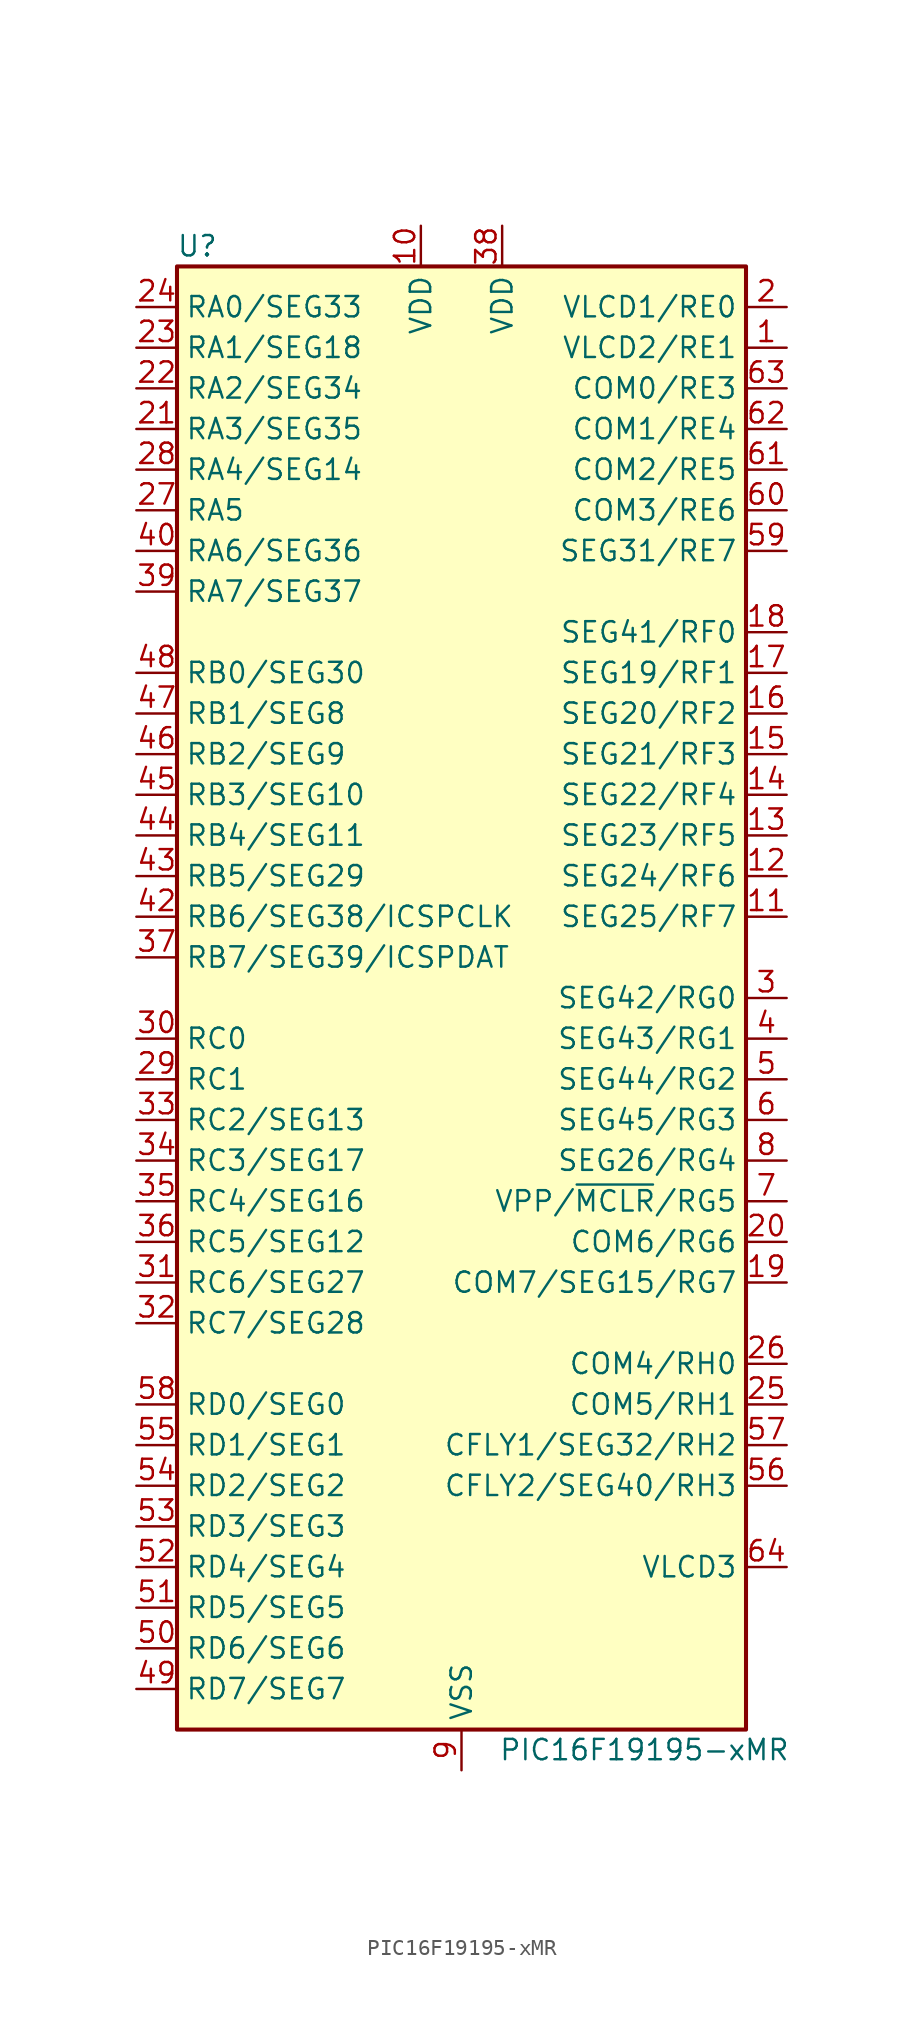
<source format=kicad_sym>
(kicad_symbol_lib
  (version 20211014)
  (generator kicad_symbol_editor)
  (symbol "PIC16F19195-xMR"
    (property "Reference" "U"
      (at -16.51 46.99 0)
      (effects (font (size 1.27 1.27))))
    (property "Value" "PIC16F19195-xMR"
      (at 11.43 -46.99 0)
      (effects (font (size 1.27 1.27))))
    (symbol "PIC16F19195-xMR_0_1"
      (rectangle (start -17.78 45.72) (end 17.78 -45.72) (stroke (width 0.254) (type default) (color 0 0 0 0)) (fill (type background))))
    (symbol "PIC16F19195-xMR_1_1"
      (pin bidirectional line (at 20.32 40.64 180) (length 2.54) (name "VLCD2/RE1" (effects (font (size 1.27 1.27)))) (number "1" (effects (font (size 1.27 1.27)))))
      (pin power_in line (at -2.54 48.26 270) (length 2.54) (name "VDD" (effects (font (size 1.27 1.27)))) (number "10" (effects (font (size 1.27 1.27)))))
      (pin bidirectional line (at 20.32 5.08 180) (length 2.54) (name "SEG25/RF7" (effects (font (size 1.27 1.27)))) (number "11" (effects (font (size 1.27 1.27)))))
      (pin bidirectional line (at 20.32 7.62 180) (length 2.54) (name "SEG24/RF6" (effects (font (size 1.27 1.27)))) (number "12" (effects (font (size 1.27 1.27)))))
      (pin bidirectional line (at 20.32 10.16 180) (length 2.54) (name "SEG23/RF5" (effects (font (size 1.27 1.27)))) (number "13" (effects (font (size 1.27 1.27)))))
      (pin bidirectional line (at 20.32 12.7 180) (length 2.54) (name "SEG22/RF4" (effects (font (size 1.27 1.27)))) (number "14" (effects (font (size 1.27 1.27)))))
      (pin bidirectional line (at 20.32 15.24 180) (length 2.54) (name "SEG21/RF3" (effects (font (size 1.27 1.27)))) (number "15" (effects (font (size 1.27 1.27)))))
      (pin bidirectional line (at 20.32 17.78 180) (length 2.54) (name "SEG20/RF2" (effects (font (size 1.27 1.27)))) (number "16" (effects (font (size 1.27 1.27)))))
      (pin bidirectional line (at 20.32 20.32 180) (length 2.54) (name "SEG19/RF1" (effects (font (size 1.27 1.27)))) (number "17" (effects (font (size 1.27 1.27)))))
      (pin bidirectional line (at 20.32 22.86 180) (length 2.54) (name "SEG41/RF0" (effects (font (size 1.27 1.27)))) (number "18" (effects (font (size 1.27 1.27)))))
      (pin bidirectional line (at 20.32 -17.78 180) (length 2.54) (name "COM7/SEG15/RG7" (effects (font (size 1.27 1.27)))) (number "19" (effects (font (size 1.27 1.27)))))
      (pin bidirectional line (at 20.32 43.18 180) (length 2.54) (name "VLCD1/RE0" (effects (font (size 1.27 1.27)))) (number "2" (effects (font (size 1.27 1.27)))))
      (pin bidirectional line (at 20.32 -15.24 180) (length 2.54) (name "COM6/RG6" (effects (font (size 1.27 1.27)))) (number "20" (effects (font (size 1.27 1.27)))))
      (pin bidirectional line (at -20.32 35.56 0) (length 2.54) (name "RA3/SEG35" (effects (font (size 1.27 1.27)))) (number "21" (effects (font (size 1.27 1.27)))))
      (pin bidirectional line (at -20.32 38.1 0) (length 2.54) (name "RA2/SEG34" (effects (font (size 1.27 1.27)))) (number "22" (effects (font (size 1.27 1.27)))))
      (pin bidirectional line (at -20.32 40.64 0) (length 2.54) (name "RA1/SEG18" (effects (font (size 1.27 1.27)))) (number "23" (effects (font (size 1.27 1.27)))))
      (pin bidirectional line (at -20.32 43.18 0) (length 2.54) (name "RA0/SEG33" (effects (font (size 1.27 1.27)))) (number "24" (effects (font (size 1.27 1.27)))))
      (pin bidirectional line (at 20.32 -25.4 180) (length 2.54) (name "COM5/RH1" (effects (font (size 1.27 1.27)))) (number "25" (effects (font (size 1.27 1.27)))))
      (pin bidirectional line (at 20.32 -22.86 180) (length 2.54) (name "COM4/RH0" (effects (font (size 1.27 1.27)))) (number "26" (effects (font (size 1.27 1.27)))))
      (pin bidirectional line (at -20.32 30.48 0) (length 2.54) (name "RA5" (effects (font (size 1.27 1.27)))) (number "27" (effects (font (size 1.27 1.27)))))
      (pin bidirectional line (at -20.32 33.02 0) (length 2.54) (name "RA4/SEG14" (effects (font (size 1.27 1.27)))) (number "28" (effects (font (size 1.27 1.27)))))
      (pin bidirectional line (at -20.32 -5.08 0) (length 2.54) (name "RC1" (effects (font (size 1.27 1.27)))) (number "29" (effects (font (size 1.27 1.27)))))
      (pin bidirectional line (at 20.32 0 180) (length 2.54) (name "SEG42/RG0" (effects (font (size 1.27 1.27)))) (number "3" (effects (font (size 1.27 1.27)))))
      (pin bidirectional line (at -20.32 -2.54 0) (length 2.54) (name "RC0" (effects (font (size 1.27 1.27)))) (number "30" (effects (font (size 1.27 1.27)))))
      (pin bidirectional line (at -20.32 -17.78 0) (length 2.54) (name "RC6/SEG27" (effects (font (size 1.27 1.27)))) (number "31" (effects (font (size 1.27 1.27)))))
      (pin bidirectional line (at -20.32 -20.32 0) (length 2.54) (name "RC7/SEG28" (effects (font (size 1.27 1.27)))) (number "32" (effects (font (size 1.27 1.27)))))
      (pin bidirectional line (at -20.32 -7.62 0) (length 2.54) (name "RC2/SEG13" (effects (font (size 1.27 1.27)))) (number "33" (effects (font (size 1.27 1.27)))))
      (pin bidirectional line (at -20.32 -10.16 0) (length 2.54) (name "RC3/SEG17" (effects (font (size 1.27 1.27)))) (number "34" (effects (font (size 1.27 1.27)))))
      (pin bidirectional line (at -20.32 -12.7 0) (length 2.54) (name "RC4/SEG16" (effects (font (size 1.27 1.27)))) (number "35" (effects (font (size 1.27 1.27)))))
      (pin bidirectional line (at -20.32 -15.24 0) (length 2.54) (name "RC5/SEG12" (effects (font (size 1.27 1.27)))) (number "36" (effects (font (size 1.27 1.27)))))
      (pin bidirectional line (at -20.32 2.54 0) (length 2.54) (name "RB7/SEG39/ICSPDAT" (effects (font (size 1.27 1.27)))) (number "37" (effects (font (size 1.27 1.27)))))
      (pin power_in line (at 2.54 48.26 270) (length 2.54) (name "VDD" (effects (font (size 1.27 1.27)))) (number "38" (effects (font (size 1.27 1.27)))))
      (pin bidirectional line (at -20.32 25.4 0) (length 2.54) (name "RA7/SEG37" (effects (font (size 1.27 1.27)))) (number "39" (effects (font (size 1.27 1.27)))))
      (pin bidirectional line (at 20.32 -2.54 180) (length 2.54) (name "SEG43/RG1" (effects (font (size 1.27 1.27)))) (number "4" (effects (font (size 1.27 1.27)))))
      (pin bidirectional line (at -20.32 27.94 0) (length 2.54) (name "RA6/SEG36" (effects (font (size 1.27 1.27)))) (number "40" (effects (font (size 1.27 1.27)))))
      (pin passive line (at 0 -48.26 90) (length 2.54) hide (name "VSS" (effects (font (size 1.27 1.27)))) (number "41" (effects (font (size 1.27 1.27)))))
      (pin bidirectional line (at -20.32 5.08 0) (length 2.54) (name "RB6/SEG38/ICSPCLK" (effects (font (size 1.27 1.27)))) (number "42" (effects (font (size 1.27 1.27)))))
      (pin bidirectional line (at -20.32 7.62 0) (length 2.54) (name "RB5/SEG29" (effects (font (size 1.27 1.27)))) (number "43" (effects (font (size 1.27 1.27)))))
      (pin bidirectional line (at -20.32 10.16 0) (length 2.54) (name "RB4/SEG11" (effects (font (size 1.27 1.27)))) (number "44" (effects (font (size 1.27 1.27)))))
      (pin bidirectional line (at -20.32 12.7 0) (length 2.54) (name "RB3/SEG10" (effects (font (size 1.27 1.27)))) (number "45" (effects (font (size 1.27 1.27)))))
      (pin bidirectional line (at -20.32 15.24 0) (length 2.54) (name "RB2/SEG9" (effects (font (size 1.27 1.27)))) (number "46" (effects (font (size 1.27 1.27)))))
      (pin bidirectional line (at -20.32 17.78 0) (length 2.54) (name "RB1/SEG8" (effects (font (size 1.27 1.27)))) (number "47" (effects (font (size 1.27 1.27)))))
      (pin bidirectional line (at -20.32 20.32 0) (length 2.54) (name "RB0/SEG30" (effects (font (size 1.27 1.27)))) (number "48" (effects (font (size 1.27 1.27)))))
      (pin bidirectional line (at -20.32 -43.18 0) (length 2.54) (name "RD7/SEG7" (effects (font (size 1.27 1.27)))) (number "49" (effects (font (size 1.27 1.27)))))
      (pin bidirectional line (at 20.32 -5.08 180) (length 2.54) (name "SEG44/RG2" (effects (font (size 1.27 1.27)))) (number "5" (effects (font (size 1.27 1.27)))))
      (pin bidirectional line (at -20.32 -40.64 0) (length 2.54) (name "RD6/SEG6" (effects (font (size 1.27 1.27)))) (number "50" (effects (font (size 1.27 1.27)))))
      (pin bidirectional line (at -20.32 -38.1 0) (length 2.54) (name "RD5/SEG5" (effects (font (size 1.27 1.27)))) (number "51" (effects (font (size 1.27 1.27)))))
      (pin bidirectional line (at -20.32 -35.56 0) (length 2.54) (name "RD4/SEG4" (effects (font (size 1.27 1.27)))) (number "52" (effects (font (size 1.27 1.27)))))
      (pin bidirectional line (at -20.32 -33.02 0) (length 2.54) (name "RD3/SEG3" (effects (font (size 1.27 1.27)))) (number "53" (effects (font (size 1.27 1.27)))))
      (pin bidirectional line (at -20.32 -30.48 0) (length 2.54) (name "RD2/SEG2" (effects (font (size 1.27 1.27)))) (number "54" (effects (font (size 1.27 1.27)))))
      (pin bidirectional line (at -20.32 -27.94 0) (length 2.54) (name "RD1/SEG1" (effects (font (size 1.27 1.27)))) (number "55" (effects (font (size 1.27 1.27)))))
      (pin bidirectional line (at 20.32 -30.48 180) (length 2.54) (name "CFLY2/SEG40/RH3" (effects (font (size 1.27 1.27)))) (number "56" (effects (font (size 1.27 1.27)))))
      (pin bidirectional line (at 20.32 -27.94 180) (length 2.54) (name "CFLY1/SEG32/RH2" (effects (font (size 1.27 1.27)))) (number "57" (effects (font (size 1.27 1.27)))))
      (pin bidirectional line (at -20.32 -25.4 0) (length 2.54) (name "RD0/SEG0" (effects (font (size 1.27 1.27)))) (number "58" (effects (font (size 1.27 1.27)))))
      (pin bidirectional line (at 20.32 27.94 180) (length 2.54) (name "SEG31/RE7" (effects (font (size 1.27 1.27)))) (number "59" (effects (font (size 1.27 1.27)))))
      (pin bidirectional line (at 20.32 -7.62 180) (length 2.54) (name "SEG45/RG3" (effects (font (size 1.27 1.27)))) (number "6" (effects (font (size 1.27 1.27)))))
      (pin bidirectional line (at 20.32 30.48 180) (length 2.54) (name "COM3/RE6" (effects (font (size 1.27 1.27)))) (number "60" (effects (font (size 1.27 1.27)))))
      (pin bidirectional line (at 20.32 33.02 180) (length 2.54) (name "COM2/RE5" (effects (font (size 1.27 1.27)))) (number "61" (effects (font (size 1.27 1.27)))))
      (pin bidirectional line (at 20.32 35.56 180) (length 2.54) (name "COM1/RE4" (effects (font (size 1.27 1.27)))) (number "62" (effects (font (size 1.27 1.27)))))
      (pin bidirectional line (at 20.32 38.1 180) (length 2.54) (name "COM0/RE3" (effects (font (size 1.27 1.27)))) (number "63" (effects (font (size 1.27 1.27)))))
      (pin input line (at 20.32 -35.56 180) (length 2.54) (name "VLCD3" (effects (font (size 1.27 1.27)))) (number "64" (effects (font (size 1.27 1.27)))))
      (pin passive line (at 0 -48.26 90) (length 2.54) hide (name "VSS" (effects (font (size 1.27 1.27)))) (number "65" (effects (font (size 1.27 1.27)))))
      (pin bidirectional line (at 20.32 -12.7 180) (length 2.54) (name "VPP/~{MCLR}/RG5" (effects (font (size 1.27 1.27)))) (number "7" (effects (font (size 1.27 1.27)))))
      (pin bidirectional line (at 20.32 -10.16 180) (length 2.54) (name "SEG26/RG4" (effects (font (size 1.27 1.27)))) (number "8" (effects (font (size 1.27 1.27)))))
      (pin power_in line (at 0 -48.26 90) (length 2.54) (name "VSS" (effects (font (size 1.27 1.27)))) (number "9" (effects (font (size 1.27 1.27))))))))
</source>
